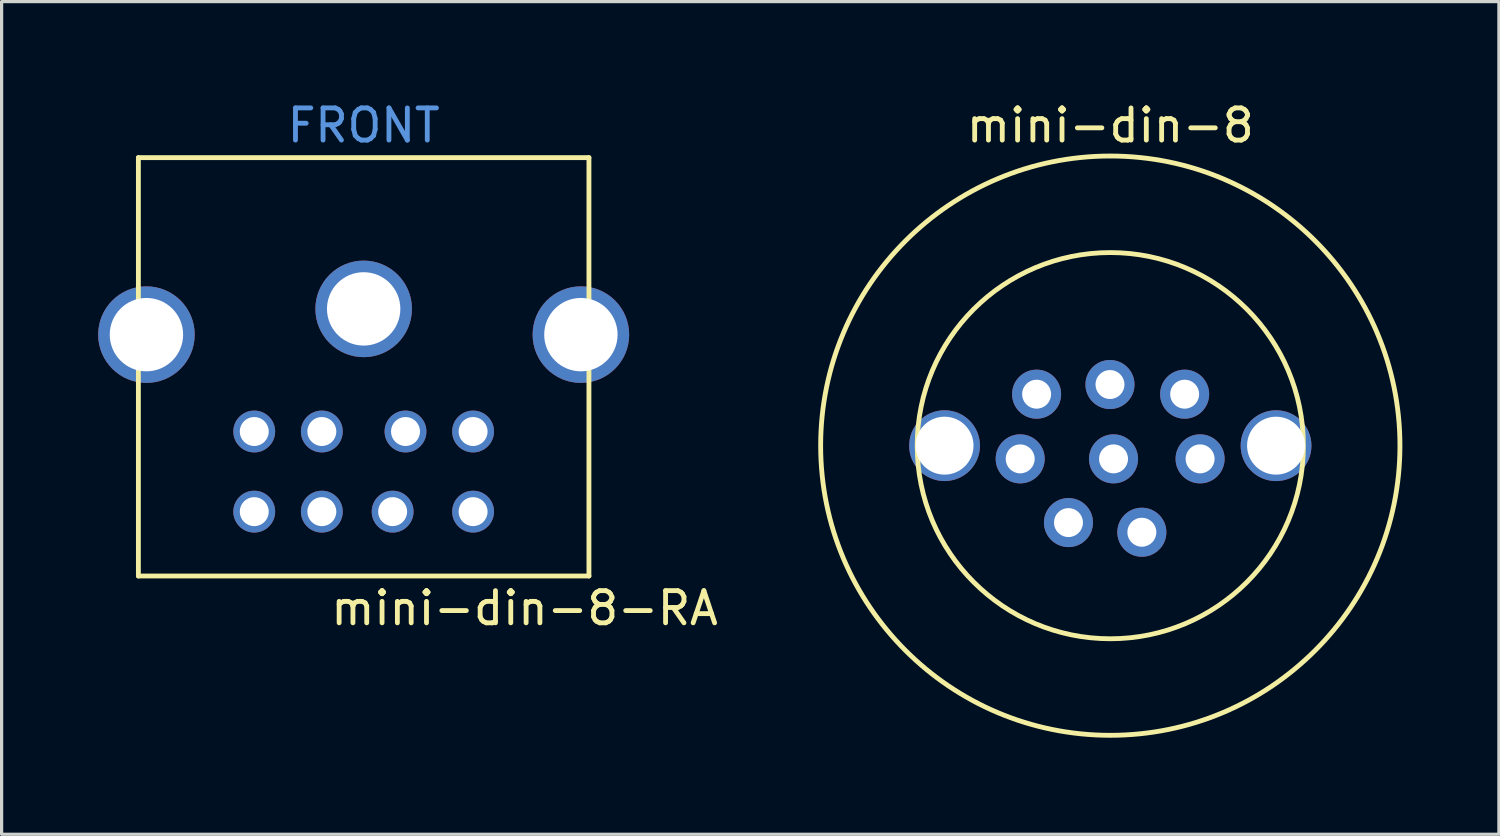
<source format=kicad_pcb>
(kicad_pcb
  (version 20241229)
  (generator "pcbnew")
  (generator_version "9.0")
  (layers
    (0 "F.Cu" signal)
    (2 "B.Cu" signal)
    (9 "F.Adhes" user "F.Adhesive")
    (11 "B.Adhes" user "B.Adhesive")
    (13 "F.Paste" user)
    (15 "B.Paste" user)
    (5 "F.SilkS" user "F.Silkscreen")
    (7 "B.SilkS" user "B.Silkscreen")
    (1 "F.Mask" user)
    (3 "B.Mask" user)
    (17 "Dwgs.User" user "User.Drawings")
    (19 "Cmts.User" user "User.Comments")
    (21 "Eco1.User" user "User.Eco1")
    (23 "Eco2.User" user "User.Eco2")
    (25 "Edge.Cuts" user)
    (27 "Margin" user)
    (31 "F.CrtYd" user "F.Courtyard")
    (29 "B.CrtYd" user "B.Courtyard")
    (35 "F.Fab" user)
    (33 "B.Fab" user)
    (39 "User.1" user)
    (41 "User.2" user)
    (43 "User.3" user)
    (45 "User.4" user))
  (footprint "mini-din-8-RA"
    (layer "F.Cu")
    (at 8.25 1.848)
    (property "Reference" "mini-din-8-RA" (at 5 14 0) (layer "F.SilkS") (effects (font (size 1 1) (thickness 0.15))))
    (attr through_hole)
    (fp_line (start -7 13) (end -7 0) (stroke (width 0.15) (type solid)) (layer "F.SilkS"))
    (fp_line (start 7 0) (end -7 0) (stroke (width 0.15) (type solid)) (layer "F.SilkS"))
    (fp_line (start 7 0) (end 7 13) (stroke (width 0.15) (type solid)) (layer "F.SilkS"))
    (fp_line (start 7 13) (end -7 13) (stroke (width 0.15) (type solid)) (layer "F.SilkS"))
    (fp_text user "FRONT" (at 0 -1 0) (layer "Cmts.User") (effects (font (size 1 1) (thickness 0.15))))
    (pad "1" thru_hole circle (at -1.3 8.51) (size 1.3 1.3) (drill 0.9) (layers "*.Cu" "*.Mask"))
    (pad "2" thru_hole circle (at 1.3 8.51) (size 1.3 1.3) (drill 0.9) (layers "*.Cu" "*.Mask"))
    (pad "3" thru_hole circle (at -3.4 8.51) (size 1.3 1.3) (drill 0.9) (layers "*.Cu" "*.Mask"))
    (pad "4" thru_hole circle (at -1.3 11) (size 1.3 1.3) (drill 0.9) (layers "*.Cu" "*.Mask"))
    (pad "5" thru_hole circle (at 3.4 8.51) (size 1.3 1.3) (drill 0.9) (layers "*.Cu" "*.Mask"))
    (pad "6" thru_hole circle (at -3.4 11) (size 1.3 1.3) (drill 0.9) (layers "*.Cu" "*.Mask"))
    (pad "7" thru_hole circle (at 0.9 11) (size 1.3 1.3) (drill 0.9) (layers "*.Cu" "*.Mask"))
    (pad "8" thru_hole circle (at 3.4 11) (size 1.3 1.3) (drill 0.9) (layers "*.Cu" "*.Mask"))
    (pad "9" thru_hole circle (at -6.75 5.5) (size 3 3) (drill 2.28) (layers "*.Cu" "*.Mask"))
    (pad "9" thru_hole circle (at 0 4.7) (size 3 3) (drill 2.28) (layers "*.Cu" "*.Mask"))
    (pad "9" thru_hole circle (at 6.75 5.5) (size 3 3) (drill 2.28) (layers "*.Cu" "*.Mask")))
  (footprint "mini-din-8"
    (layer "F.Cu")
    (at 31.45 10.798)
    (property "Reference" "mini-din-8" (at 0 -9.95 0) (layer "F.SilkS") (effects (font (size 1 1) (thickness 0.15))))
    (attr through_hole)
    (fp_circle (center 0 0) (end 0 -9) (stroke (width 0.15) (type solid)) (fill no) (layer "F.SilkS"))
    (fp_circle (center 0 0) (end 0 -6) (stroke (width 0.15) (type solid)) (fill no) (layer "F.SilkS"))
    (pad "1" thru_hole circle (at 0.98 2.69) (size 1.524 1.524) (drill 0.9) (layers "*.Cu" "*.Mask"))
    (pad "2" thru_hole circle (at -1.3 2.39) (size 1.524 1.524) (drill 0.9) (layers "*.Cu" "*.Mask"))
    (pad "3" thru_hole circle (at 2.79 0.41) (size 1.524 1.524) (drill 0.9) (layers "*.Cu" "*.Mask"))
    (pad "4" thru_hole circle (at 0.1 0.41) (size 1.524 1.524) (drill 0.9) (layers "*.Cu" "*.Mask"))
    (pad "5" thru_hole circle (at -2.8 0.41) (size 1.524 1.524) (drill 0.9) (layers "*.Cu" "*.Mask"))
    (pad "6" thru_hole circle (at 2.31 -1.6) (size 1.524 1.524) (drill 0.9) (layers "*.Cu" "*.Mask"))
    (pad "7" thru_hole circle (at -0.01 -1.9) (size 1.524 1.524) (drill 0.9) (layers "*.Cu" "*.Mask"))
    (pad "8" thru_hole circle (at -2.29 -1.6) (size 1.524 1.524) (drill 0.9) (layers "*.Cu" "*.Mask"))
    (pad "9" thru_hole circle (at -5.15 0) (size 2.2 2.2) (drill 1.8) (layers "*.Cu" "*.Mask"))
    (pad "9" thru_hole circle (at 5.15 0) (size 2.2 2.2) (drill 1.8) (layers "*.Cu" "*.Mask")))
  (gr_rect
    (start -3 -3)
    (end 43.525 22.873)
    (stroke (width 0.1) (type default))
    (fill no)
    (layer "Edge.Cuts")))
</source>
